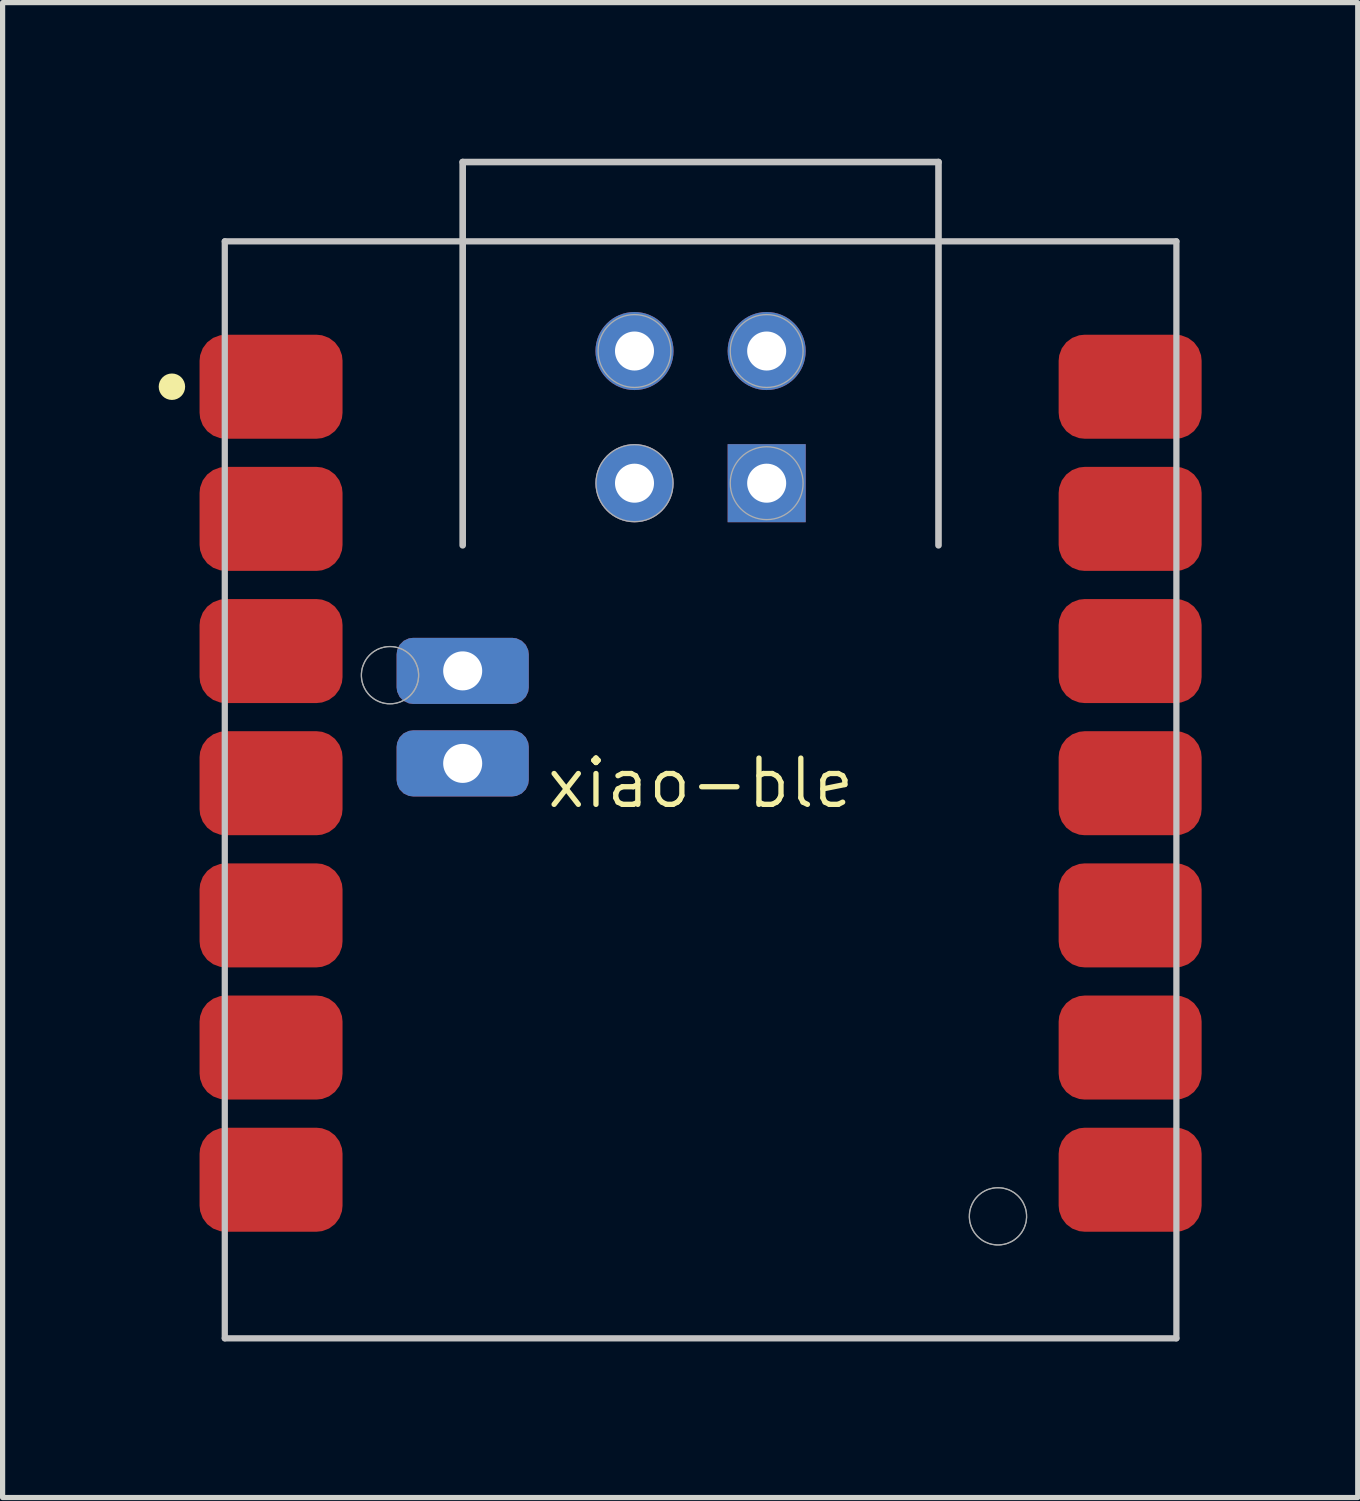
<source format=kicad_pcb>
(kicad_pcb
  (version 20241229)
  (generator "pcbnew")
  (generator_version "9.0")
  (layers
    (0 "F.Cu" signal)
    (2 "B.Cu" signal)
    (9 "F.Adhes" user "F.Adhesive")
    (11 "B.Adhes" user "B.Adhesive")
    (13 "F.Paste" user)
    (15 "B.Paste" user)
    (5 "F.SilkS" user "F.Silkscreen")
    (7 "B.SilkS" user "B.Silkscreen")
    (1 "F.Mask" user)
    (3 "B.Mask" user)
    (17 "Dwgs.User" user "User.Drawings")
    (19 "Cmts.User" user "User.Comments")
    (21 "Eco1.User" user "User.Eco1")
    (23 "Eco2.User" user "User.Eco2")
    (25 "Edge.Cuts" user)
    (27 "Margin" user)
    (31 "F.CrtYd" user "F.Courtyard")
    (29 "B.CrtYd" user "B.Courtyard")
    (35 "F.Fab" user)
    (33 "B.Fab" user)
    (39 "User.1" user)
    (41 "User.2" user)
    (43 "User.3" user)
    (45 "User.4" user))
  (footprint "xiao-ble"
    (layer "F.Cu")
    (at 10.414 12.002)
    (property "Reference" "xiao-ble" (at 0 0 0) (layer "F.SilkS") (effects (font (size 0.889 0.889) (thickness 0.102))))
    (attr smd)
    (fp_circle (center -10.16 -7.62) (end -10.16 -7.874) (stroke (width 0) (type solid)) (fill yes) (layer "F.SilkS"))
    (fp_line (start -9.144 -10.414) (end -9.144 10.668) (stroke (width 0.12) (type solid)) (layer "Dwgs.User"))
    (fp_line (start -9.144 -10.414) (end 9.144 -10.414) (stroke (width 0.12) (type solid)) (layer "Dwgs.User"))
    (fp_line (start -9.144 10.668) (end 9.144 10.668) (stroke (width 0.12) (type solid)) (layer "Dwgs.User"))
    (fp_line (start -4.572 -11.938) (end 4.572 -11.938) (stroke (width 0.127) (type solid)) (layer "Dwgs.User"))
    (fp_line (start -4.572 -4.572) (end -4.572 -11.938) (stroke (width 0.127) (type solid)) (layer "Dwgs.User"))
    (fp_line (start 4.572 -4.572) (end 4.572 -11.938) (stroke (width 0.127) (type solid)) (layer "Dwgs.User"))
    (fp_line (start 9.144 -10.414) (end 9.144 10.668) (stroke (width 0.12) (type solid)) (layer "Dwgs.User"))
    (fp_line (start -6.519 -2.082) (end -6.518 -2.106) (stroke (width 0.025) (type solid)) (layer "F.Fab"))
    (fp_line (start -6.519 -2.059) (end -6.519 -2.082) (stroke (width 0.025) (type solid)) (layer "F.Fab"))
    (fp_line (start -6.518 -2.106) (end -6.516 -2.129) (stroke (width 0.025) (type solid)) (layer "F.Fab"))
    (fp_line (start -6.517 -2.035) (end -6.519 -2.059) (stroke (width 0.025) (type solid)) (layer "F.Fab"))
    (fp_line (start -6.516 -2.129) (end -6.514 -2.152) (stroke (width 0.025) (type solid)) (layer "F.Fab"))
    (fp_line (start -6.515 -2.012) (end -6.517 -2.035) (stroke (width 0.025) (type solid)) (layer "F.Fab"))
    (fp_line (start -6.514 -2.152) (end -6.51 -2.176) (stroke (width 0.025) (type solid)) (layer "F.Fab"))
    (fp_line (start -6.512 -1.988) (end -6.515 -2.012) (stroke (width 0.025) (type solid)) (layer "F.Fab"))
    (fp_line (start -6.51 -2.176) (end -6.505 -2.199) (stroke (width 0.025) (type solid)) (layer "F.Fab"))
    (fp_line (start -6.508 -1.965) (end -6.512 -1.988) (stroke (width 0.025) (type solid)) (layer "F.Fab"))
    (fp_line (start -6.505 -2.199) (end -6.499 -2.222) (stroke (width 0.025) (type solid)) (layer "F.Fab"))
    (fp_line (start -6.502 -1.942) (end -6.508 -1.965) (stroke (width 0.025) (type solid)) (layer "F.Fab"))
    (fp_line (start -6.499 -2.222) (end -6.493 -2.244) (stroke (width 0.025) (type solid)) (layer "F.Fab"))
    (fp_line (start -6.496 -1.92) (end -6.502 -1.942) (stroke (width 0.025) (type solid)) (layer "F.Fab"))
    (fp_line (start -6.493 -2.244) (end -6.485 -2.266) (stroke (width 0.025) (type solid)) (layer "F.Fab"))
    (fp_line (start -6.489 -1.897) (end -6.496 -1.92) (stroke (width 0.025) (type solid)) (layer "F.Fab"))
    (fp_line (start -6.485 -2.266) (end -6.476 -2.288) (stroke (width 0.025) (type solid)) (layer "F.Fab"))
    (fp_line (start -6.481 -1.875) (end -6.489 -1.897) (stroke (width 0.025) (type solid)) (layer "F.Fab"))
    (fp_line (start -6.476 -2.288) (end -6.467 -2.309) (stroke (width 0.025) (type solid)) (layer "F.Fab"))
    (fp_line (start -6.472 -1.854) (end -6.481 -1.875) (stroke (width 0.025) (type solid)) (layer "F.Fab"))
    (fp_line (start -6.467 -2.309) (end -6.456 -2.331) (stroke (width 0.025) (type solid)) (layer "F.Fab"))
    (fp_line (start -6.462 -1.832) (end -6.472 -1.854) (stroke (width 0.025) (type solid)) (layer "F.Fab"))
    (fp_line (start -6.456 -2.331) (end -6.445 -2.351) (stroke (width 0.025) (type solid)) (layer "F.Fab"))
    (fp_line (start -6.451 -1.812) (end -6.462 -1.832) (stroke (width 0.025) (type solid)) (layer "F.Fab"))
    (fp_line (start -6.445 -2.351) (end -6.433 -2.371) (stroke (width 0.025) (type solid)) (layer "F.Fab"))
    (fp_line (start -6.439 -1.791) (end -6.451 -1.812) (stroke (width 0.025) (type solid)) (layer "F.Fab"))
    (fp_line (start -6.433 -2.371) (end -6.42 -2.391) (stroke (width 0.025) (type solid)) (layer "F.Fab"))
    (fp_line (start -6.427 -1.771) (end -6.439 -1.791) (stroke (width 0.025) (type solid)) (layer "F.Fab"))
    (fp_line (start -6.42 -2.391) (end -6.406 -2.41) (stroke (width 0.025) (type solid)) (layer "F.Fab"))
    (fp_line (start -6.413 -1.752) (end -6.427 -1.771) (stroke (width 0.025) (type solid)) (layer "F.Fab"))
    (fp_line (start -6.406 -2.41) (end -6.391 -2.428) (stroke (width 0.025) (type solid)) (layer "F.Fab"))
    (fp_line (start -6.399 -1.733) (end -6.413 -1.752) (stroke (width 0.025) (type solid)) (layer "F.Fab"))
    (fp_line (start -6.391 -2.428) (end -6.376 -2.446) (stroke (width 0.025) (type solid)) (layer "F.Fab"))
    (fp_line (start -6.384 -1.715) (end -6.399 -1.733) (stroke (width 0.025) (type solid)) (layer "F.Fab"))
    (fp_line (start -6.376 -2.446) (end -6.36 -2.463) (stroke (width 0.025) (type solid)) (layer "F.Fab"))
    (fp_line (start -6.368 -1.698) (end -6.384 -1.715) (stroke (width 0.025) (type solid)) (layer "F.Fab"))
    (fp_line (start -6.36 -2.463) (end -6.343 -2.479) (stroke (width 0.025) (type solid)) (layer "F.Fab"))
    (fp_line (start -6.352 -1.681) (end -6.368 -1.698) (stroke (width 0.025) (type solid)) (layer "F.Fab"))
    (fp_line (start -6.343 -2.479) (end -6.325 -2.495) (stroke (width 0.025) (type solid)) (layer "F.Fab"))
    (fp_line (start -6.334 -1.665) (end -6.352 -1.681) (stroke (width 0.025) (type solid)) (layer "F.Fab"))
    (fp_line (start -6.325 -2.495) (end -6.307 -2.51) (stroke (width 0.025) (type solid)) (layer "F.Fab"))
    (fp_line (start -6.316 -1.65) (end -6.334 -1.665) (stroke (width 0.025) (type solid)) (layer "F.Fab"))
    (fp_line (start -6.307 -2.51) (end -6.289 -2.524) (stroke (width 0.025) (type solid)) (layer "F.Fab"))
    (fp_line (start -6.298 -1.636) (end -6.316 -1.65) (stroke (width 0.025) (type solid)) (layer "F.Fab"))
    (fp_line (start -6.289 -2.524) (end -6.269 -2.537) (stroke (width 0.025) (type solid)) (layer "F.Fab"))
    (fp_line (start -6.279 -1.622) (end -6.298 -1.636) (stroke (width 0.025) (type solid)) (layer "F.Fab"))
    (fp_line (start -6.269 -2.537) (end -6.249 -2.549) (stroke (width 0.025) (type solid)) (layer "F.Fab"))
    (fp_line (start -6.259 -1.609) (end -6.279 -1.622) (stroke (width 0.025) (type solid)) (layer "F.Fab"))
    (fp_line (start -6.249 -2.549) (end -6.229 -2.561) (stroke (width 0.025) (type solid)) (layer "F.Fab"))
    (fp_line (start -6.239 -1.597) (end -6.259 -1.609) (stroke (width 0.025) (type solid)) (layer "F.Fab"))
    (fp_line (start -6.229 -2.561) (end -6.208 -2.572) (stroke (width 0.025) (type solid)) (layer "F.Fab"))
    (fp_line (start -6.218 -1.586) (end -6.239 -1.597) (stroke (width 0.025) (type solid)) (layer "F.Fab"))
    (fp_line (start -6.208 -2.572) (end -6.186 -2.581) (stroke (width 0.025) (type solid)) (layer "F.Fab"))
    (fp_line (start -6.197 -1.576) (end -6.218 -1.586) (stroke (width 0.025) (type solid)) (layer "F.Fab"))
    (fp_line (start -6.186 -2.581) (end -6.164 -2.59) (stroke (width 0.025) (type solid)) (layer "F.Fab"))
    (fp_line (start -6.175 -1.566) (end -6.197 -1.576) (stroke (width 0.025) (type solid)) (layer "F.Fab"))
    (fp_line (start -6.164 -2.59) (end -6.142 -2.598) (stroke (width 0.025) (type solid)) (layer "F.Fab"))
    (fp_line (start -6.153 -1.558) (end -6.175 -1.566) (stroke (width 0.025) (type solid)) (layer "F.Fab"))
    (fp_line (start -6.142 -2.598) (end -6.12 -2.605) (stroke (width 0.025) (type solid)) (layer "F.Fab"))
    (fp_line (start -6.131 -1.551) (end -6.153 -1.558) (stroke (width 0.025) (type solid)) (layer "F.Fab"))
    (fp_line (start -6.12 -2.605) (end -6.097 -2.611) (stroke (width 0.025) (type solid)) (layer "F.Fab"))
    (fp_line (start -6.108 -1.544) (end -6.131 -1.551) (stroke (width 0.025) (type solid)) (layer "F.Fab"))
    (fp_line (start -6.097 -2.611) (end -6.074 -2.616) (stroke (width 0.025) (type solid)) (layer "F.Fab"))
    (fp_line (start -6.086 -1.539) (end -6.108 -1.544) (stroke (width 0.025) (type solid)) (layer "F.Fab"))
    (fp_line (start -6.074 -2.616) (end -6.051 -2.62) (stroke (width 0.025) (type solid)) (layer "F.Fab"))
    (fp_line (start -6.062 -1.534) (end -6.086 -1.539) (stroke (width 0.025) (type solid)) (layer "F.Fab"))
    (fp_line (start -6.051 -2.62) (end -6.028 -2.623) (stroke (width 0.025) (type solid)) (layer "F.Fab"))
    (fp_line (start -6.039 -1.531) (end -6.062 -1.534) (stroke (width 0.025) (type solid)) (layer "F.Fab"))
    (fp_line (start -6.028 -2.623) (end -6.004 -2.625) (stroke (width 0.025) (type solid)) (layer "F.Fab"))
    (fp_line (start -6.016 -1.528) (end -6.039 -1.531) (stroke (width 0.025) (type solid)) (layer "F.Fab"))
    (fp_line (start -6.004 -2.625) (end -5.981 -2.626) (stroke (width 0.025) (type solid)) (layer "F.Fab"))
    (fp_line (start -5.993 -1.527) (end -6.016 -1.528) (stroke (width 0.025) (type solid)) (layer "F.Fab"))
    (fp_line (start -5.981 -2.626) (end -5.957 -2.626) (stroke (width 0.025) (type solid)) (layer "F.Fab"))
    (fp_line (start -5.969 -1.526) (end -5.993 -1.527) (stroke (width 0.025) (type solid)) (layer "F.Fab"))
    (fp_line (start -5.957 -2.626) (end -5.934 -2.625) (stroke (width 0.025) (type solid)) (layer "F.Fab"))
    (fp_line (start -5.945 -1.527) (end -5.969 -1.526) (stroke (width 0.025) (type solid)) (layer "F.Fab"))
    (fp_line (start -5.934 -2.625) (end -5.91 -2.623) (stroke (width 0.025) (type solid)) (layer "F.Fab"))
    (fp_line (start -5.922 -1.528) (end -5.945 -1.527) (stroke (width 0.025) (type solid)) (layer "F.Fab"))
    (fp_line (start -5.91 -2.623) (end -5.887 -2.62) (stroke (width 0.025) (type solid)) (layer "F.Fab"))
    (fp_line (start -5.899 -1.531) (end -5.922 -1.528) (stroke (width 0.025) (type solid)) (layer "F.Fab"))
    (fp_line (start -5.887 -2.62) (end -5.864 -2.616) (stroke (width 0.025) (type solid)) (layer "F.Fab"))
    (fp_line (start -5.876 -1.534) (end -5.899 -1.531) (stroke (width 0.025) (type solid)) (layer "F.Fab"))
    (fp_line (start -5.864 -2.616) (end -5.841 -2.611) (stroke (width 0.025) (type solid)) (layer "F.Fab"))
    (fp_line (start -5.852 -1.539) (end -5.876 -1.534) (stroke (width 0.025) (type solid)) (layer "F.Fab"))
    (fp_line (start -5.841 -2.611) (end -5.818 -2.605) (stroke (width 0.025) (type solid)) (layer "F.Fab"))
    (fp_line (start -5.83 -1.544) (end -5.852 -1.539) (stroke (width 0.025) (type solid)) (layer "F.Fab"))
    (fp_line (start -5.818 -2.605) (end -5.796 -2.598) (stroke (width 0.025) (type solid)) (layer "F.Fab"))
    (fp_line (start -5.807 -1.551) (end -5.83 -1.544) (stroke (width 0.025) (type solid)) (layer "F.Fab"))
    (fp_line (start -5.796 -2.598) (end -5.774 -2.59) (stroke (width 0.025) (type solid)) (layer "F.Fab"))
    (fp_line (start -5.785 -1.558) (end -5.807 -1.551) (stroke (width 0.025) (type solid)) (layer "F.Fab"))
    (fp_line (start -5.774 -2.59) (end -5.752 -2.581) (stroke (width 0.025) (type solid)) (layer "F.Fab"))
    (fp_line (start -5.763 -1.566) (end -5.785 -1.558) (stroke (width 0.025) (type solid)) (layer "F.Fab"))
    (fp_line (start -5.752 -2.581) (end -5.73 -2.572) (stroke (width 0.025) (type solid)) (layer "F.Fab"))
    (fp_line (start -5.741 -1.576) (end -5.763 -1.566) (stroke (width 0.025) (type solid)) (layer "F.Fab"))
    (fp_line (start -5.73 -2.572) (end -5.709 -2.561) (stroke (width 0.025) (type solid)) (layer "F.Fab"))
    (fp_line (start -5.72 -1.586) (end -5.741 -1.576) (stroke (width 0.025) (type solid)) (layer "F.Fab"))
    (fp_line (start -5.709 -2.561) (end -5.689 -2.549) (stroke (width 0.025) (type solid)) (layer "F.Fab"))
    (fp_line (start -5.699 -1.597) (end -5.72 -1.586) (stroke (width 0.025) (type solid)) (layer "F.Fab"))
    (fp_line (start -5.689 -2.549) (end -5.669 -2.537) (stroke (width 0.025) (type solid)) (layer "F.Fab"))
    (fp_line (start -5.679 -1.609) (end -5.699 -1.597) (stroke (width 0.025) (type solid)) (layer "F.Fab"))
    (fp_line (start -5.669 -2.537) (end -5.649 -2.524) (stroke (width 0.025) (type solid)) (layer "F.Fab"))
    (fp_line (start -5.659 -1.622) (end -5.679 -1.609) (stroke (width 0.025) (type solid)) (layer "F.Fab"))
    (fp_line (start -5.649 -2.524) (end -5.631 -2.51) (stroke (width 0.025) (type solid)) (layer "F.Fab"))
    (fp_line (start -5.64 -1.636) (end -5.659 -1.622) (stroke (width 0.025) (type solid)) (layer "F.Fab"))
    (fp_line (start -5.631 -2.51) (end -5.613 -2.495) (stroke (width 0.025) (type solid)) (layer "F.Fab"))
    (fp_line (start -5.622 -1.65) (end -5.64 -1.636) (stroke (width 0.025) (type solid)) (layer "F.Fab"))
    (fp_line (start -5.613 -2.495) (end -5.595 -2.479) (stroke (width 0.025) (type solid)) (layer "F.Fab"))
    (fp_line (start -5.604 -1.665) (end -5.622 -1.65) (stroke (width 0.025) (type solid)) (layer "F.Fab"))
    (fp_line (start -5.595 -2.479) (end -5.578 -2.463) (stroke (width 0.025) (type solid)) (layer "F.Fab"))
    (fp_line (start -5.586 -1.681) (end -5.604 -1.665) (stroke (width 0.025) (type solid)) (layer "F.Fab"))
    (fp_line (start -5.578 -2.463) (end -5.562 -2.446) (stroke (width 0.025) (type solid)) (layer "F.Fab"))
    (fp_line (start -5.57 -1.698) (end -5.586 -1.681) (stroke (width 0.025) (type solid)) (layer "F.Fab"))
    (fp_line (start -5.562 -2.446) (end -5.547 -2.428) (stroke (width 0.025) (type solid)) (layer "F.Fab"))
    (fp_line (start -5.554 -1.715) (end -5.57 -1.698) (stroke (width 0.025) (type solid)) (layer "F.Fab"))
    (fp_line (start -5.547 -2.428) (end -5.532 -2.41) (stroke (width 0.025) (type solid)) (layer "F.Fab"))
    (fp_line (start -5.539 -1.733) (end -5.554 -1.715) (stroke (width 0.025) (type solid)) (layer "F.Fab"))
    (fp_line (start -5.532 -2.41) (end -5.518 -2.391) (stroke (width 0.025) (type solid)) (layer "F.Fab"))
    (fp_line (start -5.525 -1.752) (end -5.539 -1.733) (stroke (width 0.025) (type solid)) (layer "F.Fab"))
    (fp_line (start -5.518 -2.391) (end -5.505 -2.371) (stroke (width 0.025) (type solid)) (layer "F.Fab"))
    (fp_line (start -5.511 -1.771) (end -5.525 -1.752) (stroke (width 0.025) (type solid)) (layer "F.Fab"))
    (fp_line (start -5.505 -2.371) (end -5.493 -2.351) (stroke (width 0.025) (type solid)) (layer "F.Fab"))
    (fp_line (start -5.499 -1.791) (end -5.511 -1.771) (stroke (width 0.025) (type solid)) (layer "F.Fab"))
    (fp_line (start -5.493 -2.351) (end -5.482 -2.331) (stroke (width 0.025) (type solid)) (layer "F.Fab"))
    (fp_line (start -5.487 -1.812) (end -5.499 -1.791) (stroke (width 0.025) (type solid)) (layer "F.Fab"))
    (fp_line (start -5.482 -2.331) (end -5.471 -2.309) (stroke (width 0.025) (type solid)) (layer "F.Fab"))
    (fp_line (start -5.476 -1.832) (end -5.487 -1.812) (stroke (width 0.025) (type solid)) (layer "F.Fab"))
    (fp_line (start -5.471 -2.309) (end -5.462 -2.288) (stroke (width 0.025) (type solid)) (layer "F.Fab"))
    (fp_line (start -5.466 -1.854) (end -5.476 -1.832) (stroke (width 0.025) (type solid)) (layer "F.Fab"))
    (fp_line (start -5.462 -2.288) (end -5.453 -2.266) (stroke (width 0.025) (type solid)) (layer "F.Fab"))
    (fp_line (start -5.457 -1.875) (end -5.466 -1.854) (stroke (width 0.025) (type solid)) (layer "F.Fab"))
    (fp_line (start -5.453 -2.266) (end -5.445 -2.244) (stroke (width 0.025) (type solid)) (layer "F.Fab"))
    (fp_line (start -5.449 -1.897) (end -5.457 -1.875) (stroke (width 0.025) (type solid)) (layer "F.Fab"))
    (fp_line (start -5.445 -2.244) (end -5.439 -2.222) (stroke (width 0.025) (type solid)) (layer "F.Fab"))
    (fp_line (start -5.442 -1.92) (end -5.449 -1.897) (stroke (width 0.025) (type solid)) (layer "F.Fab"))
    (fp_line (start -5.439 -2.222) (end -5.433 -2.199) (stroke (width 0.025) (type solid)) (layer "F.Fab"))
    (fp_line (start -5.436 -1.942) (end -5.442 -1.92) (stroke (width 0.025) (type solid)) (layer "F.Fab"))
    (fp_line (start -5.433 -2.199) (end -5.428 -2.176) (stroke (width 0.025) (type solid)) (layer "F.Fab"))
    (fp_line (start -5.43 -1.965) (end -5.436 -1.942) (stroke (width 0.025) (type solid)) (layer "F.Fab"))
    (fp_line (start -5.428 -2.176) (end -5.424 -2.152) (stroke (width 0.025) (type solid)) (layer "F.Fab"))
    (fp_line (start -5.426 -1.988) (end -5.43 -1.965) (stroke (width 0.025) (type solid)) (layer "F.Fab"))
    (fp_line (start -5.424 -2.152) (end -5.422 -2.129) (stroke (width 0.025) (type solid)) (layer "F.Fab"))
    (fp_line (start -5.423 -2.012) (end -5.426 -1.988) (stroke (width 0.025) (type solid)) (layer "F.Fab"))
    (fp_line (start -5.422 -2.129) (end -5.42 -2.106) (stroke (width 0.025) (type solid)) (layer "F.Fab"))
    (fp_line (start -5.421 -2.035) (end -5.423 -2.012) (stroke (width 0.025) (type solid)) (layer "F.Fab"))
    (fp_line (start -5.42 -2.106) (end -5.419 -2.082) (stroke (width 0.025) (type solid)) (layer "F.Fab"))
    (fp_line (start -5.419 -2.059) (end -5.421 -2.035) (stroke (width 0.025) (type solid)) (layer "F.Fab"))
    (fp_line (start -5.419 -2.082) (end -5.419 -2.059) (stroke (width 0.025) (type solid)) (layer "F.Fab"))
    (fp_line (start 5.165 8.318) (end 5.166 8.294) (stroke (width 0.025) (type solid)) (layer "F.Fab"))
    (fp_line (start 5.165 8.341) (end 5.165 8.318) (stroke (width 0.025) (type solid)) (layer "F.Fab"))
    (fp_line (start 5.166 8.294) (end 5.168 8.271) (stroke (width 0.025) (type solid)) (layer "F.Fab"))
    (fp_line (start 5.167 8.365) (end 5.165 8.341) (stroke (width 0.025) (type solid)) (layer "F.Fab"))
    (fp_line (start 5.168 8.271) (end 5.17 8.247) (stroke (width 0.025) (type solid)) (layer "F.Fab"))
    (fp_line (start 5.169 8.388) (end 5.167 8.365) (stroke (width 0.025) (type solid)) (layer "F.Fab"))
    (fp_line (start 5.17 8.247) (end 5.174 8.224) (stroke (width 0.025) (type solid)) (layer "F.Fab"))
    (fp_line (start 5.172 8.411) (end 5.169 8.388) (stroke (width 0.025) (type solid)) (layer "F.Fab"))
    (fp_line (start 5.174 8.224) (end 5.179 8.201) (stroke (width 0.025) (type solid)) (layer "F.Fab"))
    (fp_line (start 5.176 8.435) (end 5.172 8.411) (stroke (width 0.025) (type solid)) (layer "F.Fab"))
    (fp_line (start 5.179 8.201) (end 5.185 8.178) (stroke (width 0.025) (type solid)) (layer "F.Fab"))
    (fp_line (start 5.182 8.457) (end 5.176 8.435) (stroke (width 0.025) (type solid)) (layer "F.Fab"))
    (fp_line (start 5.185 8.178) (end 5.191 8.156) (stroke (width 0.025) (type solid)) (layer "F.Fab"))
    (fp_line (start 5.188 8.48) (end 5.182 8.457) (stroke (width 0.025) (type solid)) (layer "F.Fab"))
    (fp_line (start 5.191 8.156) (end 5.199 8.134) (stroke (width 0.025) (type solid)) (layer "F.Fab"))
    (fp_line (start 5.195 8.502) (end 5.188 8.48) (stroke (width 0.025) (type solid)) (layer "F.Fab"))
    (fp_line (start 5.199 8.134) (end 5.208 8.112) (stroke (width 0.025) (type solid)) (layer "F.Fab"))
    (fp_line (start 5.203 8.524) (end 5.195 8.502) (stroke (width 0.025) (type solid)) (layer "F.Fab"))
    (fp_line (start 5.208 8.112) (end 5.217 8.09) (stroke (width 0.025) (type solid)) (layer "F.Fab"))
    (fp_line (start 5.212 8.546) (end 5.203 8.524) (stroke (width 0.025) (type solid)) (layer "F.Fab"))
    (fp_line (start 5.217 8.09) (end 5.228 8.069) (stroke (width 0.025) (type solid)) (layer "F.Fab"))
    (fp_line (start 5.222 8.567) (end 5.212 8.546) (stroke (width 0.025) (type solid)) (layer "F.Fab"))
    (fp_line (start 5.228 8.069) (end 5.239 8.049) (stroke (width 0.025) (type solid)) (layer "F.Fab"))
    (fp_line (start 5.233 8.588) (end 5.222 8.567) (stroke (width 0.025) (type solid)) (layer "F.Fab"))
    (fp_line (start 5.239 8.049) (end 5.251 8.028) (stroke (width 0.025) (type solid)) (layer "F.Fab"))
    (fp_line (start 5.245 8.609) (end 5.233 8.588) (stroke (width 0.025) (type solid)) (layer "F.Fab"))
    (fp_line (start 5.251 8.028) (end 5.264 8.009) (stroke (width 0.025) (type solid)) (layer "F.Fab"))
    (fp_line (start 5.257 8.628) (end 5.245 8.609) (stroke (width 0.025) (type solid)) (layer "F.Fab"))
    (fp_line (start 5.264 8.009) (end 5.278 7.99) (stroke (width 0.025) (type solid)) (layer "F.Fab"))
    (fp_line (start 5.271 8.648) (end 5.257 8.628) (stroke (width 0.025) (type solid)) (layer "F.Fab"))
    (fp_line (start 5.278 7.99) (end 5.293 7.971) (stroke (width 0.025) (type solid)) (layer "F.Fab"))
    (fp_line (start 5.285 8.666) (end 5.271 8.648) (stroke (width 0.025) (type solid)) (layer "F.Fab"))
    (fp_line (start 5.293 7.971) (end 5.308 7.954) (stroke (width 0.025) (type solid)) (layer "F.Fab"))
    (fp_line (start 5.3 8.684) (end 5.285 8.666) (stroke (width 0.025) (type solid)) (layer "F.Fab"))
    (fp_line (start 5.308 7.954) (end 5.324 7.937) (stroke (width 0.025) (type solid)) (layer "F.Fab"))
    (fp_line (start 5.316 8.702) (end 5.3 8.684) (stroke (width 0.025) (type solid)) (layer "F.Fab"))
    (fp_line (start 5.324 7.937) (end 5.341 7.92) (stroke (width 0.025) (type solid)) (layer "F.Fab"))
    (fp_line (start 5.332 8.718) (end 5.316 8.702) (stroke (width 0.025) (type solid)) (layer "F.Fab"))
    (fp_line (start 5.341 7.92) (end 5.359 7.905) (stroke (width 0.025) (type solid)) (layer "F.Fab"))
    (fp_line (start 5.35 8.734) (end 5.332 8.718) (stroke (width 0.025) (type solid)) (layer "F.Fab"))
    (fp_line (start 5.359 7.905) (end 5.377 7.89) (stroke (width 0.025) (type solid)) (layer "F.Fab"))
    (fp_line (start 5.368 8.75) (end 5.35 8.734) (stroke (width 0.025) (type solid)) (layer "F.Fab"))
    (fp_line (start 5.377 7.89) (end 5.395 7.876) (stroke (width 0.025) (type solid)) (layer "F.Fab"))
    (fp_line (start 5.386 8.764) (end 5.368 8.75) (stroke (width 0.025) (type solid)) (layer "F.Fab"))
    (fp_line (start 5.395 7.876) (end 5.415 7.863) (stroke (width 0.025) (type solid)) (layer "F.Fab"))
    (fp_line (start 5.405 8.778) (end 5.386 8.764) (stroke (width 0.025) (type solid)) (layer "F.Fab"))
    (fp_line (start 5.415 7.863) (end 5.435 7.85) (stroke (width 0.025) (type solid)) (layer "F.Fab"))
    (fp_line (start 5.425 8.791) (end 5.405 8.778) (stroke (width 0.025) (type solid)) (layer "F.Fab"))
    (fp_line (start 5.435 7.85) (end 5.455 7.839) (stroke (width 0.025) (type solid)) (layer "F.Fab"))
    (fp_line (start 5.445 8.803) (end 5.425 8.791) (stroke (width 0.025) (type solid)) (layer "F.Fab"))
    (fp_line (start 5.455 7.839) (end 5.476 7.828) (stroke (width 0.025) (type solid)) (layer "F.Fab"))
    (fp_line (start 5.466 8.814) (end 5.445 8.803) (stroke (width 0.025) (type solid)) (layer "F.Fab"))
    (fp_line (start 5.476 7.828) (end 5.498 7.818) (stroke (width 0.025) (type solid)) (layer "F.Fab"))
    (fp_line (start 5.487 8.824) (end 5.466 8.814) (stroke (width 0.025) (type solid)) (layer "F.Fab"))
    (fp_line (start 5.498 7.818) (end 5.52 7.809) (stroke (width 0.025) (type solid)) (layer "F.Fab"))
    (fp_line (start 5.509 8.833) (end 5.487 8.824) (stroke (width 0.025) (type solid)) (layer "F.Fab"))
    (fp_line (start 5.52 7.809) (end 5.542 7.802) (stroke (width 0.025) (type solid)) (layer "F.Fab"))
    (fp_line (start 5.531 8.842) (end 5.509 8.833) (stroke (width 0.025) (type solid)) (layer "F.Fab"))
    (fp_line (start 5.542 7.802) (end 5.564 7.795) (stroke (width 0.025) (type solid)) (layer "F.Fab"))
    (fp_line (start 5.553 8.849) (end 5.531 8.842) (stroke (width 0.025) (type solid)) (layer "F.Fab"))
    (fp_line (start 5.564 7.795) (end 5.587 7.789) (stroke (width 0.025) (type solid)) (layer "F.Fab"))
    (fp_line (start 5.576 8.855) (end 5.553 8.849) (stroke (width 0.025) (type solid)) (layer "F.Fab"))
    (fp_line (start 5.587 7.789) (end 5.61 7.784) (stroke (width 0.025) (type solid)) (layer "F.Fab"))
    (fp_line (start 5.598 8.861) (end 5.576 8.855) (stroke (width 0.025) (type solid)) (layer "F.Fab"))
    (fp_line (start 5.61 7.784) (end 5.633 7.78) (stroke (width 0.025) (type solid)) (layer "F.Fab"))
    (fp_line (start 5.622 8.865) (end 5.598 8.861) (stroke (width 0.025) (type solid)) (layer "F.Fab"))
    (fp_line (start 5.633 7.78) (end 5.656 7.777) (stroke (width 0.025) (type solid)) (layer "F.Fab"))
    (fp_line (start 5.645 8.869) (end 5.622 8.865) (stroke (width 0.025) (type solid)) (layer "F.Fab"))
    (fp_line (start 5.656 7.777) (end 5.68 7.775) (stroke (width 0.025) (type solid)) (layer "F.Fab"))
    (fp_line (start 5.668 8.871) (end 5.645 8.869) (stroke (width 0.025) (type solid)) (layer "F.Fab"))
    (fp_line (start 5.68 7.775) (end 5.703 7.774) (stroke (width 0.025) (type solid)) (layer "F.Fab"))
    (fp_line (start 5.691 8.873) (end 5.668 8.871) (stroke (width 0.025) (type solid)) (layer "F.Fab"))
    (fp_line (start 5.703 7.774) (end 5.727 7.774) (stroke (width 0.025) (type solid)) (layer "F.Fab"))
    (fp_line (start 5.715 8.873) (end 5.691 8.873) (stroke (width 0.025) (type solid)) (layer "F.Fab"))
    (fp_line (start 5.727 7.774) (end 5.75 7.775) (stroke (width 0.025) (type solid)) (layer "F.Fab"))
    (fp_line (start 5.739 8.873) (end 5.715 8.873) (stroke (width 0.025) (type solid)) (layer "F.Fab"))
    (fp_line (start 5.75 7.775) (end 5.774 7.777) (stroke (width 0.025) (type solid)) (layer "F.Fab"))
    (fp_line (start 5.762 8.871) (end 5.739 8.873) (stroke (width 0.025) (type solid)) (layer "F.Fab"))
    (fp_line (start 5.774 7.777) (end 5.797 7.78) (stroke (width 0.025) (type solid)) (layer "F.Fab"))
    (fp_line (start 5.785 8.869) (end 5.762 8.871) (stroke (width 0.025) (type solid)) (layer "F.Fab"))
    (fp_line (start 5.797 7.78) (end 5.82 7.784) (stroke (width 0.025) (type solid)) (layer "F.Fab"))
    (fp_line (start 5.808 8.865) (end 5.785 8.869) (stroke (width 0.025) (type solid)) (layer "F.Fab"))
    (fp_line (start 5.82 7.784) (end 5.843 7.789) (stroke (width 0.025) (type solid)) (layer "F.Fab"))
    (fp_line (start 5.832 8.861) (end 5.808 8.865) (stroke (width 0.025) (type solid)) (layer "F.Fab"))
    (fp_line (start 5.843 7.789) (end 5.866 7.795) (stroke (width 0.025) (type solid)) (layer "F.Fab"))
    (fp_line (start 5.854 8.855) (end 5.832 8.861) (stroke (width 0.025) (type solid)) (layer "F.Fab"))
    (fp_line (start 5.866 7.795) (end 5.888 7.802) (stroke (width 0.025) (type solid)) (layer "F.Fab"))
    (fp_line (start 5.877 8.849) (end 5.854 8.855) (stroke (width 0.025) (type solid)) (layer "F.Fab"))
    (fp_line (start 5.888 7.802) (end 5.91 7.809) (stroke (width 0.025) (type solid)) (layer "F.Fab"))
    (fp_line (start 5.899 8.842) (end 5.877 8.849) (stroke (width 0.025) (type solid)) (layer "F.Fab"))
    (fp_line (start 5.91 7.809) (end 5.932 7.818) (stroke (width 0.025) (type solid)) (layer "F.Fab"))
    (fp_line (start 5.921 8.833) (end 5.899 8.842) (stroke (width 0.025) (type solid)) (layer "F.Fab"))
    (fp_line (start 5.932 7.818) (end 5.954 7.828) (stroke (width 0.025) (type solid)) (layer "F.Fab"))
    (fp_line (start 5.943 8.824) (end 5.921 8.833) (stroke (width 0.025) (type solid)) (layer "F.Fab"))
    (fp_line (start 5.954 7.828) (end 5.975 7.839) (stroke (width 0.025) (type solid)) (layer "F.Fab"))
    (fp_line (start 5.964 8.814) (end 5.943 8.824) (stroke (width 0.025) (type solid)) (layer "F.Fab"))
    (fp_line (start 5.975 7.839) (end 5.995 7.85) (stroke (width 0.025) (type solid)) (layer "F.Fab"))
    (fp_line (start 5.985 8.803) (end 5.964 8.814) (stroke (width 0.025) (type solid)) (layer "F.Fab"))
    (fp_line (start 5.995 7.85) (end 6.015 7.863) (stroke (width 0.025) (type solid)) (layer "F.Fab"))
    (fp_line (start 6.005 8.791) (end 5.985 8.803) (stroke (width 0.025) (type solid)) (layer "F.Fab"))
    (fp_line (start 6.015 7.863) (end 6.035 7.876) (stroke (width 0.025) (type solid)) (layer "F.Fab"))
    (fp_line (start 6.025 8.778) (end 6.005 8.791) (stroke (width 0.025) (type solid)) (layer "F.Fab"))
    (fp_line (start 6.035 7.876) (end 6.053 7.89) (stroke (width 0.025) (type solid)) (layer "F.Fab"))
    (fp_line (start 6.044 8.764) (end 6.025 8.778) (stroke (width 0.025) (type solid)) (layer "F.Fab"))
    (fp_line (start 6.053 7.89) (end 6.071 7.905) (stroke (width 0.025) (type solid)) (layer "F.Fab"))
    (fp_line (start 6.062 8.75) (end 6.044 8.764) (stroke (width 0.025) (type solid)) (layer "F.Fab"))
    (fp_line (start 6.071 7.905) (end 6.089 7.92) (stroke (width 0.025) (type solid)) (layer "F.Fab"))
    (fp_line (start 6.08 8.734) (end 6.062 8.75) (stroke (width 0.025) (type solid)) (layer "F.Fab"))
    (fp_line (start 6.089 7.92) (end 6.106 7.937) (stroke (width 0.025) (type solid)) (layer "F.Fab"))
    (fp_line (start 6.098 8.718) (end 6.08 8.734) (stroke (width 0.025) (type solid)) (layer "F.Fab"))
    (fp_line (start 6.106 7.937) (end 6.122 7.954) (stroke (width 0.025) (type solid)) (layer "F.Fab"))
    (fp_line (start 6.114 8.702) (end 6.098 8.718) (stroke (width 0.025) (type solid)) (layer "F.Fab"))
    (fp_line (start 6.122 7.954) (end 6.137 7.971) (stroke (width 0.025) (type solid)) (layer "F.Fab"))
    (fp_line (start 6.13 8.684) (end 6.114 8.702) (stroke (width 0.025) (type solid)) (layer "F.Fab"))
    (fp_line (start 6.137 7.971) (end 6.152 7.99) (stroke (width 0.025) (type solid)) (layer "F.Fab"))
    (fp_line (start 6.145 8.666) (end 6.13 8.684) (stroke (width 0.025) (type solid)) (layer "F.Fab"))
    (fp_line (start 6.152 7.99) (end 6.166 8.009) (stroke (width 0.025) (type solid)) (layer "F.Fab"))
    (fp_line (start 6.159 8.648) (end 6.145 8.666) (stroke (width 0.025) (type solid)) (layer "F.Fab"))
    (fp_line (start 6.166 8.009) (end 6.179 8.028) (stroke (width 0.025) (type solid)) (layer "F.Fab"))
    (fp_line (start 6.173 8.628) (end 6.159 8.648) (stroke (width 0.025) (type solid)) (layer "F.Fab"))
    (fp_line (start 6.179 8.028) (end 6.191 8.048) (stroke (width 0.025) (type solid)) (layer "F.Fab"))
    (fp_line (start 6.185 8.609) (end 6.173 8.628) (stroke (width 0.025) (type solid)) (layer "F.Fab"))
    (fp_line (start 6.191 8.048) (end 6.202 8.069) (stroke (width 0.025) (type solid)) (layer "F.Fab"))
    (fp_line (start 6.197 8.588) (end 6.185 8.609) (stroke (width 0.025) (type solid)) (layer "F.Fab"))
    (fp_line (start 6.202 8.069) (end 6.213 8.09) (stroke (width 0.025) (type solid)) (layer "F.Fab"))
    (fp_line (start 6.208 8.567) (end 6.197 8.588) (stroke (width 0.025) (type solid)) (layer "F.Fab"))
    (fp_line (start 6.213 8.09) (end 6.222 8.112) (stroke (width 0.025) (type solid)) (layer "F.Fab"))
    (fp_line (start 6.218 8.546) (end 6.208 8.567) (stroke (width 0.025) (type solid)) (layer "F.Fab"))
    (fp_line (start 6.222 8.112) (end 6.231 8.134) (stroke (width 0.025) (type solid)) (layer "F.Fab"))
    (fp_line (start 6.227 8.524) (end 6.218 8.546) (stroke (width 0.025) (type solid)) (layer "F.Fab"))
    (fp_line (start 6.231 8.134) (end 6.239 8.156) (stroke (width 0.025) (type solid)) (layer "F.Fab"))
    (fp_line (start 6.235 8.502) (end 6.227 8.524) (stroke (width 0.025) (type solid)) (layer "F.Fab"))
    (fp_line (start 6.239 8.156) (end 6.245 8.178) (stroke (width 0.025) (type solid)) (layer "F.Fab"))
    (fp_line (start 6.242 8.48) (end 6.235 8.502) (stroke (width 0.025) (type solid)) (layer "F.Fab"))
    (fp_line (start 6.245 8.178) (end 6.251 8.201) (stroke (width 0.025) (type solid)) (layer "F.Fab"))
    (fp_line (start 6.248 8.457) (end 6.242 8.48) (stroke (width 0.025) (type solid)) (layer "F.Fab"))
    (fp_line (start 6.251 8.201) (end 6.256 8.224) (stroke (width 0.025) (type solid)) (layer "F.Fab"))
    (fp_line (start 6.254 8.435) (end 6.248 8.457) (stroke (width 0.025) (type solid)) (layer "F.Fab"))
    (fp_line (start 6.256 8.224) (end 6.26 8.247) (stroke (width 0.025) (type solid)) (layer "F.Fab"))
    (fp_line (start 6.258 8.411) (end 6.254 8.435) (stroke (width 0.025) (type solid)) (layer "F.Fab"))
    (fp_line (start 6.26 8.247) (end 6.262 8.271) (stroke (width 0.025) (type solid)) (layer "F.Fab"))
    (fp_line (start 6.261 8.388) (end 6.258 8.411) (stroke (width 0.025) (type solid)) (layer "F.Fab"))
    (fp_line (start 6.262 8.271) (end 6.264 8.294) (stroke (width 0.025) (type solid)) (layer "F.Fab"))
    (fp_line (start 6.263 8.365) (end 6.261 8.388) (stroke (width 0.025) (type solid)) (layer "F.Fab"))
    (fp_line (start 6.264 8.294) (end 6.265 8.318) (stroke (width 0.025) (type solid)) (layer "F.Fab"))
    (fp_line (start 6.265 8.341) (end 6.263 8.365) (stroke (width 0.025) (type solid)) (layer "F.Fab"))
    (fp_line (start 6.265 8.318) (end 6.265 8.341) (stroke (width 0.025) (type solid)) (layer "F.Fab"))
    (fp_circle (center -1.27 -8.306) (end -1.27 -9.006) (stroke (width 0.025) (type solid)) (fill no) (layer "F.Fab"))
    (fp_circle (center -1.27 -5.766) (end -1.27 -6.506) (stroke (width 0.025) (type solid)) (fill no) (layer "F.Fab"))
    (fp_circle (center 1.27 -8.306) (end 1.27 -9.006) (stroke (width 0.025) (type solid)) (fill no) (layer "F.Fab"))
    (fp_circle (center 1.27 -5.766) (end 1.27 -6.466) (stroke (width 0.025) (type solid)) (fill no) (layer "F.Fab"))
    (pad "1" smd roundrect (at -8.255 -7.62) (size 2.748 1.999) (layers "F.Cu" "F.Mask" "F.Paste") (roundrect_rratio 0.25))
    (pad "2" smd roundrect (at -8.255 -5.08) (size 2.748 1.999) (layers "F.Cu" "F.Mask" "F.Paste") (roundrect_rratio 0.25))
    (pad "3" smd roundrect (at -8.255 -2.54) (size 2.748 1.999) (layers "F.Cu" "F.Mask" "F.Paste") (roundrect_rratio 0.25))
    (pad "4" smd roundrect (at -8.255 0) (size 2.748 1.999) (layers "F.Cu" "F.Mask" "F.Paste") (roundrect_rratio 0.25))
    (pad "5" smd roundrect (at -8.255 2.54) (size 2.748 1.999) (layers "F.Cu" "F.Mask" "F.Paste") (roundrect_rratio 0.25))
    (pad "6" smd roundrect (at -8.255 5.08) (size 2.748 1.999) (layers "F.Cu" "F.Mask" "F.Paste") (roundrect_rratio 0.25))
    (pad "7" smd roundrect (at -8.255 7.62) (size 2.748 1.999) (layers "F.Cu" "F.Mask" "F.Paste") (roundrect_rratio 0.25))
    (pad "8" smd roundrect (at 8.255 7.62) (size 2.748 1.999) (layers "F.Cu" "F.Mask" "F.Paste") (roundrect_rratio 0.25))
    (pad "9" smd roundrect (at 8.255 5.08) (size 2.748 1.999) (layers "F.Cu" "F.Mask" "F.Paste") (roundrect_rratio 0.25))
    (pad "10" smd roundrect (at 8.255 2.54) (size 2.748 1.999) (layers "F.Cu" "F.Mask" "F.Paste") (roundrect_rratio 0.25))
    (pad "11" smd roundrect (at 8.255 0) (size 2.748 1.999) (layers "F.Cu" "F.Mask" "F.Paste") (roundrect_rratio 0.25))
    (pad "12" smd roundrect (at 8.255 -2.54) (size 2.748 1.999) (layers "F.Cu" "F.Mask" "F.Paste") (roundrect_rratio 0.25))
    (pad "13" smd roundrect (at 8.255 -5.08) (size 2.748 1.999) (layers "F.Cu" "F.Mask" "F.Paste") (roundrect_rratio 0.25))
    (pad "14" smd roundrect (at 8.255 -7.62) (size 2.748 1.999) (layers "F.Cu" "F.Mask" "F.Paste") (roundrect_rratio 0.25))
    (pad "15" thru_hole roundrect (at -4.572 -0.381 90) (size 1.27 2.54) (drill 0.75) (layers "*.Cu" "*.Mask") (roundrect_rratio 0.25))
    (pad "16" thru_hole roundrect (at -4.572 -2.159 90) (size 1.27 2.54) (drill 0.75) (layers "*.Cu" "*.Mask") (roundrect_rratio 0.25))
    (pad "17" thru_hole circle (at -1.27 -8.306 90) (size 1.5 1.5) (drill 0.75) (layers "*.Cu" "*.Mask"))
    (pad "18" thru_hole circle (at 1.27 -8.306 90) (size 1.5 1.5) (drill 0.75) (layers "*.Cu" "*.Mask"))
    (pad "19" thru_hole circle (at -1.27 -5.766 90) (size 1.5 1.5) (drill 0.75) (layers "*.Cu" "*.Mask"))
    (pad "20" thru_hole rect (at 1.27 -5.766 90) (size 1.5 1.5) (drill 0.75) (layers "*.Cu" "*.Mask")))
  (gr_rect
    (start -3 -3)
    (end 23.043 25.73)
    (stroke (width 0.1) (type default))
    (fill no)
    (layer "Edge.Cuts")))
</source>
